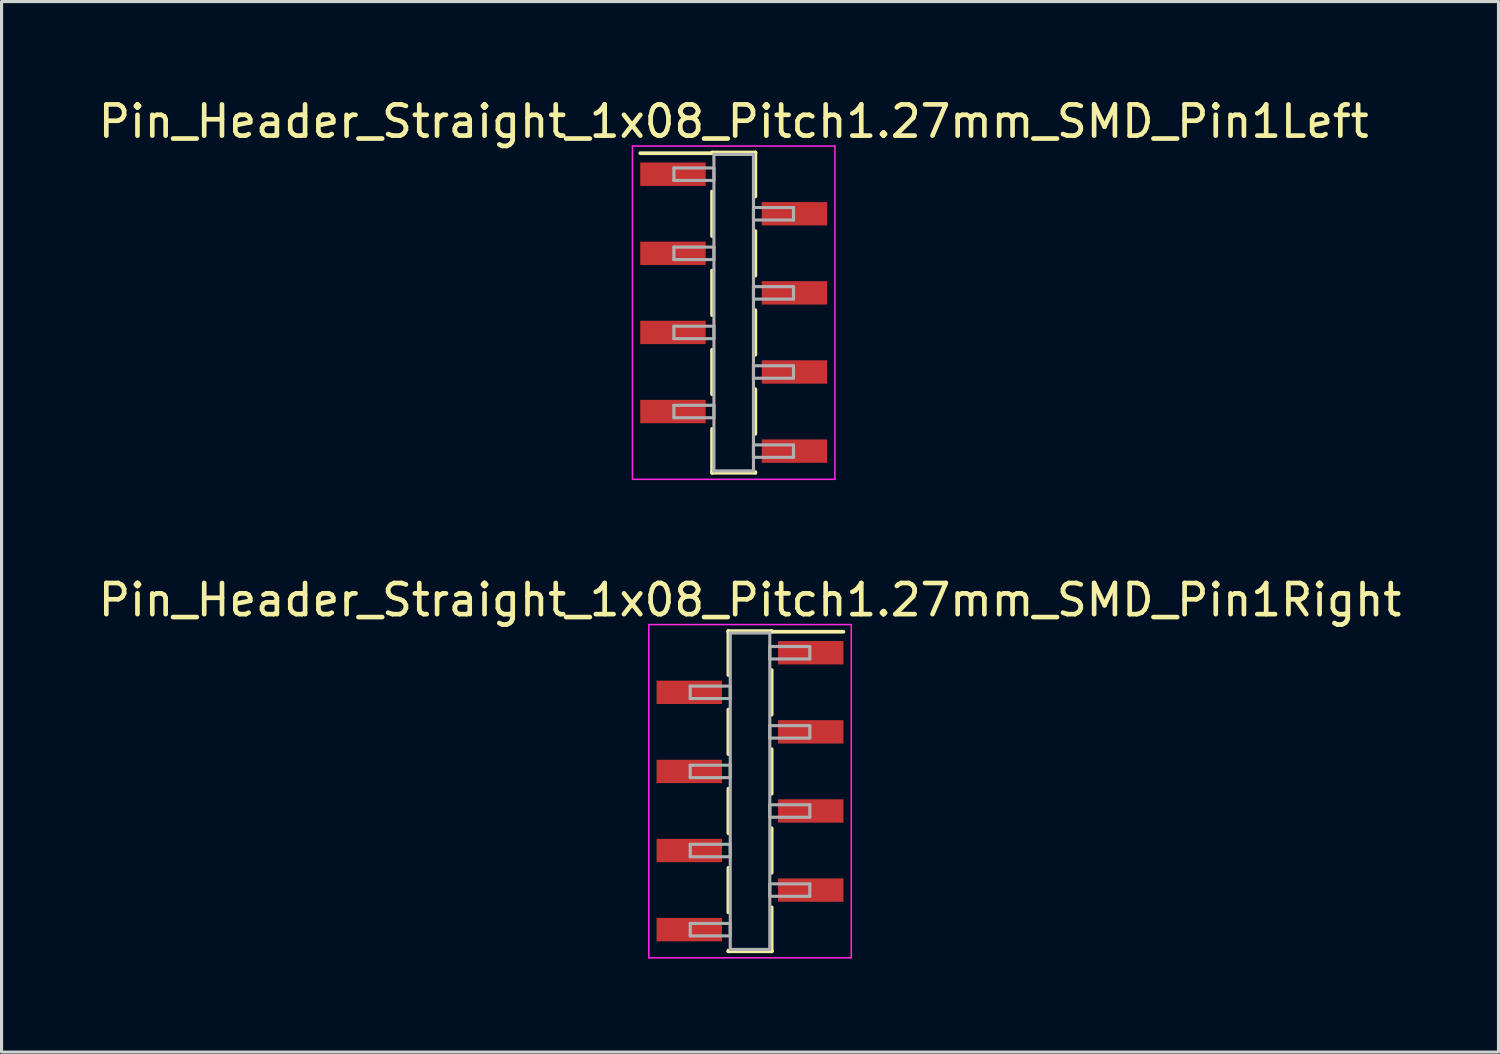
<source format=kicad_pcb>
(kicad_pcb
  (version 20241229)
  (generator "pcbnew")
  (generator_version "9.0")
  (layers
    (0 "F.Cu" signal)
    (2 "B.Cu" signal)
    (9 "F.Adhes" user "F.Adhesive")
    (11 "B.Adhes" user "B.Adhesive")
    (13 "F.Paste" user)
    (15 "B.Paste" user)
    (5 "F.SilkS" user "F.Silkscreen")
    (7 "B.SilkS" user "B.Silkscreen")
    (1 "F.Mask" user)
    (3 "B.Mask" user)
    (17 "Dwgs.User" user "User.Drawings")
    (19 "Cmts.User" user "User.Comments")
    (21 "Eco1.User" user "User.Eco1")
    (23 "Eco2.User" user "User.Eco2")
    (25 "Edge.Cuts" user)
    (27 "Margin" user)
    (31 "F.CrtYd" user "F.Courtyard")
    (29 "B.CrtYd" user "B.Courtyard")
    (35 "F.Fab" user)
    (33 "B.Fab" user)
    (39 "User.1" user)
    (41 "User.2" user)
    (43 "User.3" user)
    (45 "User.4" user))
  (footprint "Pin_Header_Straight_1x08_Pitch1.27mm_SMD_Pin1Right"
    (layer "F.Cu")
    (at 21.03 22.352)
    (property "Reference" "Pin_Header_Straight_1x08_Pitch1.27mm_SMD_Pin1Right" (at 0 -6.14 0) (layer "F.SilkS") (effects (font (size 1 1) (thickness 0.15))))
    (attr smd)
    (fp_line (start -0.695 -5.14) (end -0.695 -3.73) (stroke (width 0.12) (type solid)) (layer "F.SilkS"))
    (fp_line (start -0.695 -5.14) (end 0.695 -5.14) (stroke (width 0.12) (type solid)) (layer "F.SilkS"))
    (fp_line (start -0.695 -5.12) (end -0.695 -5.14) (stroke (width 0.12) (type solid)) (layer "F.SilkS"))
    (fp_line (start -0.695 -2.62) (end -0.695 -1.19) (stroke (width 0.12) (type solid)) (layer "F.SilkS"))
    (fp_line (start -0.695 -0.08) (end -0.695 1.35) (stroke (width 0.12) (type solid)) (layer "F.SilkS"))
    (fp_line (start -0.695 2.46) (end -0.695 3.89) (stroke (width 0.12) (type solid)) (layer "F.SilkS"))
    (fp_line (start -0.695 5.12) (end -0.695 5.14) (stroke (width 0.12) (type solid)) (layer "F.SilkS"))
    (fp_line (start -0.695 5.14) (end 0.695 5.14) (stroke (width 0.12) (type solid)) (layer "F.SilkS"))
    (fp_line (start 0.695 -5.14) (end 0.695 -5.12) (stroke (width 0.12) (type solid)) (layer "F.SilkS"))
    (fp_line (start 0.695 -5.12) (end 3 -5.12) (stroke (width 0.12) (type solid)) (layer "F.SilkS"))
    (fp_line (start 0.695 -3.89) (end 0.695 -2.46) (stroke (width 0.12) (type solid)) (layer "F.SilkS"))
    (fp_line (start 0.695 -1.35) (end 0.695 0.08) (stroke (width 0.12) (type solid)) (layer "F.SilkS"))
    (fp_line (start 0.695 1.19) (end 0.695 2.62) (stroke (width 0.12) (type solid)) (layer "F.SilkS"))
    (fp_line (start 0.695 3.73) (end 0.695 5.14) (stroke (width 0.12) (type solid)) (layer "F.SilkS"))
    (fp_line (start 0.695 5.14) (end 0.695 5.12) (stroke (width 0.12) (type solid)) (layer "F.SilkS"))
    (fp_line (start -3.25 -5.35) (end -3.25 5.35) (stroke (width 0.05) (type solid)) (layer "F.CrtYd"))
    (fp_line (start -3.25 5.35) (end 3.25 5.35) (stroke (width 0.05) (type solid)) (layer "F.CrtYd"))
    (fp_line (start 3.25 -5.35) (end -3.25 -5.35) (stroke (width 0.05) (type solid)) (layer "F.CrtYd"))
    (fp_line (start 3.25 5.35) (end 3.25 -5.35) (stroke (width 0.05) (type solid)) (layer "F.CrtYd"))
    (fp_line (start -1.92 -3.375) (end -0.635 -3.375) (stroke (width 0.1) (type solid)) (layer "F.Fab"))
    (fp_line (start -1.92 -2.975) (end -1.92 -3.375) (stroke (width 0.1) (type solid)) (layer "F.Fab"))
    (fp_line (start -1.92 -0.835) (end -0.635 -0.835) (stroke (width 0.1) (type solid)) (layer "F.Fab"))
    (fp_line (start -1.92 -0.435) (end -1.92 -0.835) (stroke (width 0.1) (type solid)) (layer "F.Fab"))
    (fp_line (start -1.92 1.705) (end -0.635 1.705) (stroke (width 0.1) (type solid)) (layer "F.Fab"))
    (fp_line (start -1.92 2.105) (end -1.92 1.705) (stroke (width 0.1) (type solid)) (layer "F.Fab"))
    (fp_line (start -1.92 4.245) (end -0.635 4.245) (stroke (width 0.1) (type solid)) (layer "F.Fab"))
    (fp_line (start -1.92 4.645) (end -1.92 4.245) (stroke (width 0.1) (type solid)) (layer "F.Fab"))
    (fp_line (start -0.635 -5.08) (end -0.635 5.08) (stroke (width 0.1) (type solid)) (layer "F.Fab"))
    (fp_line (start -0.635 -3.375) (end -0.635 -2.975) (stroke (width 0.1) (type solid)) (layer "F.Fab"))
    (fp_line (start -0.635 -2.975) (end -1.92 -2.975) (stroke (width 0.1) (type solid)) (layer "F.Fab"))
    (fp_line (start -0.635 -0.835) (end -0.635 -0.435) (stroke (width 0.1) (type solid)) (layer "F.Fab"))
    (fp_line (start -0.635 -0.435) (end -1.92 -0.435) (stroke (width 0.1) (type solid)) (layer "F.Fab"))
    (fp_line (start -0.635 1.705) (end -0.635 2.105) (stroke (width 0.1) (type solid)) (layer "F.Fab"))
    (fp_line (start -0.635 2.105) (end -1.92 2.105) (stroke (width 0.1) (type solid)) (layer "F.Fab"))
    (fp_line (start -0.635 4.245) (end -0.635 4.645) (stroke (width 0.1) (type solid)) (layer "F.Fab"))
    (fp_line (start -0.635 4.645) (end -1.92 4.645) (stroke (width 0.1) (type solid)) (layer "F.Fab"))
    (fp_line (start -0.635 5.08) (end 0.635 5.08) (stroke (width 0.1) (type solid)) (layer "F.Fab"))
    (fp_line (start 0.635 -5.08) (end -0.635 -5.08) (stroke (width 0.1) (type solid)) (layer "F.Fab"))
    (fp_line (start 0.635 -4.645) (end 0.635 -4.245) (stroke (width 0.1) (type solid)) (layer "F.Fab"))
    (fp_line (start 0.635 -4.245) (end 1.92 -4.245) (stroke (width 0.1) (type solid)) (layer "F.Fab"))
    (fp_line (start 0.635 -2.105) (end 0.635 -1.705) (stroke (width 0.1) (type solid)) (layer "F.Fab"))
    (fp_line (start 0.635 -1.705) (end 1.92 -1.705) (stroke (width 0.1) (type solid)) (layer "F.Fab"))
    (fp_line (start 0.635 0.435) (end 0.635 0.835) (stroke (width 0.1) (type solid)) (layer "F.Fab"))
    (fp_line (start 0.635 0.835) (end 1.92 0.835) (stroke (width 0.1) (type solid)) (layer "F.Fab"))
    (fp_line (start 0.635 2.975) (end 0.635 3.375) (stroke (width 0.1) (type solid)) (layer "F.Fab"))
    (fp_line (start 0.635 3.375) (end 1.92 3.375) (stroke (width 0.1) (type solid)) (layer "F.Fab"))
    (fp_line (start 0.635 5.08) (end 0.635 -5.08) (stroke (width 0.1) (type solid)) (layer "F.Fab"))
    (fp_line (start 1.92 -4.645) (end 0.635 -4.645) (stroke (width 0.1) (type solid)) (layer "F.Fab"))
    (fp_line (start 1.92 -4.245) (end 1.92 -4.645) (stroke (width 0.1) (type solid)) (layer "F.Fab"))
    (fp_line (start 1.92 -2.105) (end 0.635 -2.105) (stroke (width 0.1) (type solid)) (layer "F.Fab"))
    (fp_line (start 1.92 -1.705) (end 1.92 -2.105) (stroke (width 0.1) (type solid)) (layer "F.Fab"))
    (fp_line (start 1.92 0.435) (end 0.635 0.435) (stroke (width 0.1) (type solid)) (layer "F.Fab"))
    (fp_line (start 1.92 0.835) (end 1.92 0.435) (stroke (width 0.1) (type solid)) (layer "F.Fab"))
    (fp_line (start 1.92 2.975) (end 0.635 2.975) (stroke (width 0.1) (type solid)) (layer "F.Fab"))
    (fp_line (start 1.92 3.375) (end 1.92 2.975) (stroke (width 0.1) (type solid)) (layer "F.Fab"))
    (pad "1" smd rect (at 1.95 -4.445) (size 2.1 0.75) (layers "F.Cu" "F.Mask"))
    (pad "2" smd rect (at -1.95 -3.175) (size 2.1 0.75) (layers "F.Cu" "F.Mask"))
    (pad "3" smd rect (at 1.95 -1.905) (size 2.1 0.75) (layers "F.Cu" "F.Mask"))
    (pad "4" smd rect (at -1.95 -0.635) (size 2.1 0.75) (layers "F.Cu" "F.Mask"))
    (pad "5" smd rect (at 1.95 0.635) (size 2.1 0.75) (layers "F.Cu" "F.Mask"))
    (pad "6" smd rect (at -1.95 1.905) (size 2.1 0.75) (layers "F.Cu" "F.Mask"))
    (pad "7" smd rect (at 1.95 3.175) (size 2.1 0.75) (layers "F.Cu" "F.Mask"))
    (pad "8" smd rect (at -1.95 4.445) (size 2.1 0.75) (layers "F.Cu" "F.Mask")))
  (footprint "Pin_Header_Straight_1x08_Pitch1.27mm_SMD_Pin1Left"
    (layer "F.Cu")
    (at 20.506 6.988)
    (property "Reference" "Pin_Header_Straight_1x08_Pitch1.27mm_SMD_Pin1Left" (at 0 -6.14 0) (layer "F.SilkS") (effects (font (size 1 1) (thickness 0.15))))
    (attr smd)
    (fp_line (start -0.695 -5.14) (end 0.695 -5.14) (stroke (width 0.12) (type solid)) (layer "F.SilkS"))
    (fp_line (start -0.695 -5.12) (end -3 -5.12) (stroke (width 0.12) (type solid)) (layer "F.SilkS"))
    (fp_line (start -0.695 -5.12) (end -0.695 -5.14) (stroke (width 0.12) (type solid)) (layer "F.SilkS"))
    (fp_line (start -0.695 -3.89) (end -0.695 -2.46) (stroke (width 0.12) (type solid)) (layer "F.SilkS"))
    (fp_line (start -0.695 -1.35) (end -0.695 0.08) (stroke (width 0.12) (type solid)) (layer "F.SilkS"))
    (fp_line (start -0.695 1.19) (end -0.695 2.62) (stroke (width 0.12) (type solid)) (layer "F.SilkS"))
    (fp_line (start -0.695 3.73) (end -0.695 5.14) (stroke (width 0.12) (type solid)) (layer "F.SilkS"))
    (fp_line (start -0.695 5.12) (end -0.695 5.14) (stroke (width 0.12) (type solid)) (layer "F.SilkS"))
    (fp_line (start -0.695 5.14) (end 0.695 5.14) (stroke (width 0.12) (type solid)) (layer "F.SilkS"))
    (fp_line (start 0.695 -5.14) (end 0.695 -5.12) (stroke (width 0.12) (type solid)) (layer "F.SilkS"))
    (fp_line (start 0.695 -5.14) (end 0.695 -3.73) (stroke (width 0.12) (type solid)) (layer "F.SilkS"))
    (fp_line (start 0.695 -2.62) (end 0.695 -1.19) (stroke (width 0.12) (type solid)) (layer "F.SilkS"))
    (fp_line (start 0.695 -0.08) (end 0.695 1.35) (stroke (width 0.12) (type solid)) (layer "F.SilkS"))
    (fp_line (start 0.695 2.46) (end 0.695 3.89) (stroke (width 0.12) (type solid)) (layer "F.SilkS"))
    (fp_line (start 0.695 5.14) (end 0.695 5.12) (stroke (width 0.12) (type solid)) (layer "F.SilkS"))
    (fp_line (start -3.25 -5.35) (end -3.25 5.35) (stroke (width 0.05) (type solid)) (layer "F.CrtYd"))
    (fp_line (start -3.25 5.35) (end 3.25 5.35) (stroke (width 0.05) (type solid)) (layer "F.CrtYd"))
    (fp_line (start 3.25 -5.35) (end -3.25 -5.35) (stroke (width 0.05) (type solid)) (layer "F.CrtYd"))
    (fp_line (start 3.25 5.35) (end 3.25 -5.35) (stroke (width 0.05) (type solid)) (layer "F.CrtYd"))
    (fp_line (start -1.92 -4.645) (end -0.635 -4.645) (stroke (width 0.1) (type solid)) (layer "F.Fab"))
    (fp_line (start -1.92 -4.245) (end -1.92 -4.645) (stroke (width 0.1) (type solid)) (layer "F.Fab"))
    (fp_line (start -1.92 -2.105) (end -0.635 -2.105) (stroke (width 0.1) (type solid)) (layer "F.Fab"))
    (fp_line (start -1.92 -1.705) (end -1.92 -2.105) (stroke (width 0.1) (type solid)) (layer "F.Fab"))
    (fp_line (start -1.92 0.435) (end -0.635 0.435) (stroke (width 0.1) (type solid)) (layer "F.Fab"))
    (fp_line (start -1.92 0.835) (end -1.92 0.435) (stroke (width 0.1) (type solid)) (layer "F.Fab"))
    (fp_line (start -1.92 2.975) (end -0.635 2.975) (stroke (width 0.1) (type solid)) (layer "F.Fab"))
    (fp_line (start -1.92 3.375) (end -1.92 2.975) (stroke (width 0.1) (type solid)) (layer "F.Fab"))
    (fp_line (start -0.635 -5.08) (end -0.635 5.08) (stroke (width 0.1) (type solid)) (layer "F.Fab"))
    (fp_line (start -0.635 -4.645) (end -0.635 -4.245) (stroke (width 0.1) (type solid)) (layer "F.Fab"))
    (fp_line (start -0.635 -4.245) (end -1.92 -4.245) (stroke (width 0.1) (type solid)) (layer "F.Fab"))
    (fp_line (start -0.635 -2.105) (end -0.635 -1.705) (stroke (width 0.1) (type solid)) (layer "F.Fab"))
    (fp_line (start -0.635 -1.705) (end -1.92 -1.705) (stroke (width 0.1) (type solid)) (layer "F.Fab"))
    (fp_line (start -0.635 0.435) (end -0.635 0.835) (stroke (width 0.1) (type solid)) (layer "F.Fab"))
    (fp_line (start -0.635 0.835) (end -1.92 0.835) (stroke (width 0.1) (type solid)) (layer "F.Fab"))
    (fp_line (start -0.635 2.975) (end -0.635 3.375) (stroke (width 0.1) (type solid)) (layer "F.Fab"))
    (fp_line (start -0.635 3.375) (end -1.92 3.375) (stroke (width 0.1) (type solid)) (layer "F.Fab"))
    (fp_line (start -0.635 5.08) (end 0.635 5.08) (stroke (width 0.1) (type solid)) (layer "F.Fab"))
    (fp_line (start 0.635 -5.08) (end -0.635 -5.08) (stroke (width 0.1) (type solid)) (layer "F.Fab"))
    (fp_line (start 0.635 -3.375) (end 0.635 -2.975) (stroke (width 0.1) (type solid)) (layer "F.Fab"))
    (fp_line (start 0.635 -2.975) (end 1.92 -2.975) (stroke (width 0.1) (type solid)) (layer "F.Fab"))
    (fp_line (start 0.635 -0.835) (end 0.635 -0.435) (stroke (width 0.1) (type solid)) (layer "F.Fab"))
    (fp_line (start 0.635 -0.435) (end 1.92 -0.435) (stroke (width 0.1) (type solid)) (layer "F.Fab"))
    (fp_line (start 0.635 1.705) (end 0.635 2.105) (stroke (width 0.1) (type solid)) (layer "F.Fab"))
    (fp_line (start 0.635 2.105) (end 1.92 2.105) (stroke (width 0.1) (type solid)) (layer "F.Fab"))
    (fp_line (start 0.635 4.245) (end 0.635 4.645) (stroke (width 0.1) (type solid)) (layer "F.Fab"))
    (fp_line (start 0.635 4.645) (end 1.92 4.645) (stroke (width 0.1) (type solid)) (layer "F.Fab"))
    (fp_line (start 0.635 5.08) (end 0.635 -5.08) (stroke (width 0.1) (type solid)) (layer "F.Fab"))
    (fp_line (start 1.92 -3.375) (end 0.635 -3.375) (stroke (width 0.1) (type solid)) (layer "F.Fab"))
    (fp_line (start 1.92 -2.975) (end 1.92 -3.375) (stroke (width 0.1) (type solid)) (layer "F.Fab"))
    (fp_line (start 1.92 -0.835) (end 0.635 -0.835) (stroke (width 0.1) (type solid)) (layer "F.Fab"))
    (fp_line (start 1.92 -0.435) (end 1.92 -0.835) (stroke (width 0.1) (type solid)) (layer "F.Fab"))
    (fp_line (start 1.92 1.705) (end 0.635 1.705) (stroke (width 0.1) (type solid)) (layer "F.Fab"))
    (fp_line (start 1.92 2.105) (end 1.92 1.705) (stroke (width 0.1) (type solid)) (layer "F.Fab"))
    (fp_line (start 1.92 4.245) (end 0.635 4.245) (stroke (width 0.1) (type solid)) (layer "F.Fab"))
    (fp_line (start 1.92 4.645) (end 1.92 4.245) (stroke (width 0.1) (type solid)) (layer "F.Fab"))
    (pad "1" smd rect (at -1.95 -4.445) (size 2.1 0.75) (layers "F.Cu" "F.Mask"))
    (pad "2" smd rect (at 1.95 -3.175) (size 2.1 0.75) (layers "F.Cu" "F.Mask"))
    (pad "3" smd rect (at -1.95 -1.905) (size 2.1 0.75) (layers "F.Cu" "F.Mask"))
    (pad "4" smd rect (at 1.95 -0.635) (size 2.1 0.75) (layers "F.Cu" "F.Mask"))
    (pad "5" smd rect (at -1.95 0.635) (size 2.1 0.75) (layers "F.Cu" "F.Mask"))
    (pad "6" smd rect (at 1.95 1.905) (size 2.1 0.75) (layers "F.Cu" "F.Mask"))
    (pad "7" smd rect (at -1.95 3.175) (size 2.1 0.75) (layers "F.Cu" "F.Mask"))
    (pad "8" smd rect (at 1.95 4.445) (size 2.1 0.75) (layers "F.Cu" "F.Mask")))
  (gr_rect
    (start -3 -3)
    (end 45.06 30.727)
    (stroke (width 0.1) (type default))
    (fill no)
    (layer "Edge.Cuts")))
</source>
